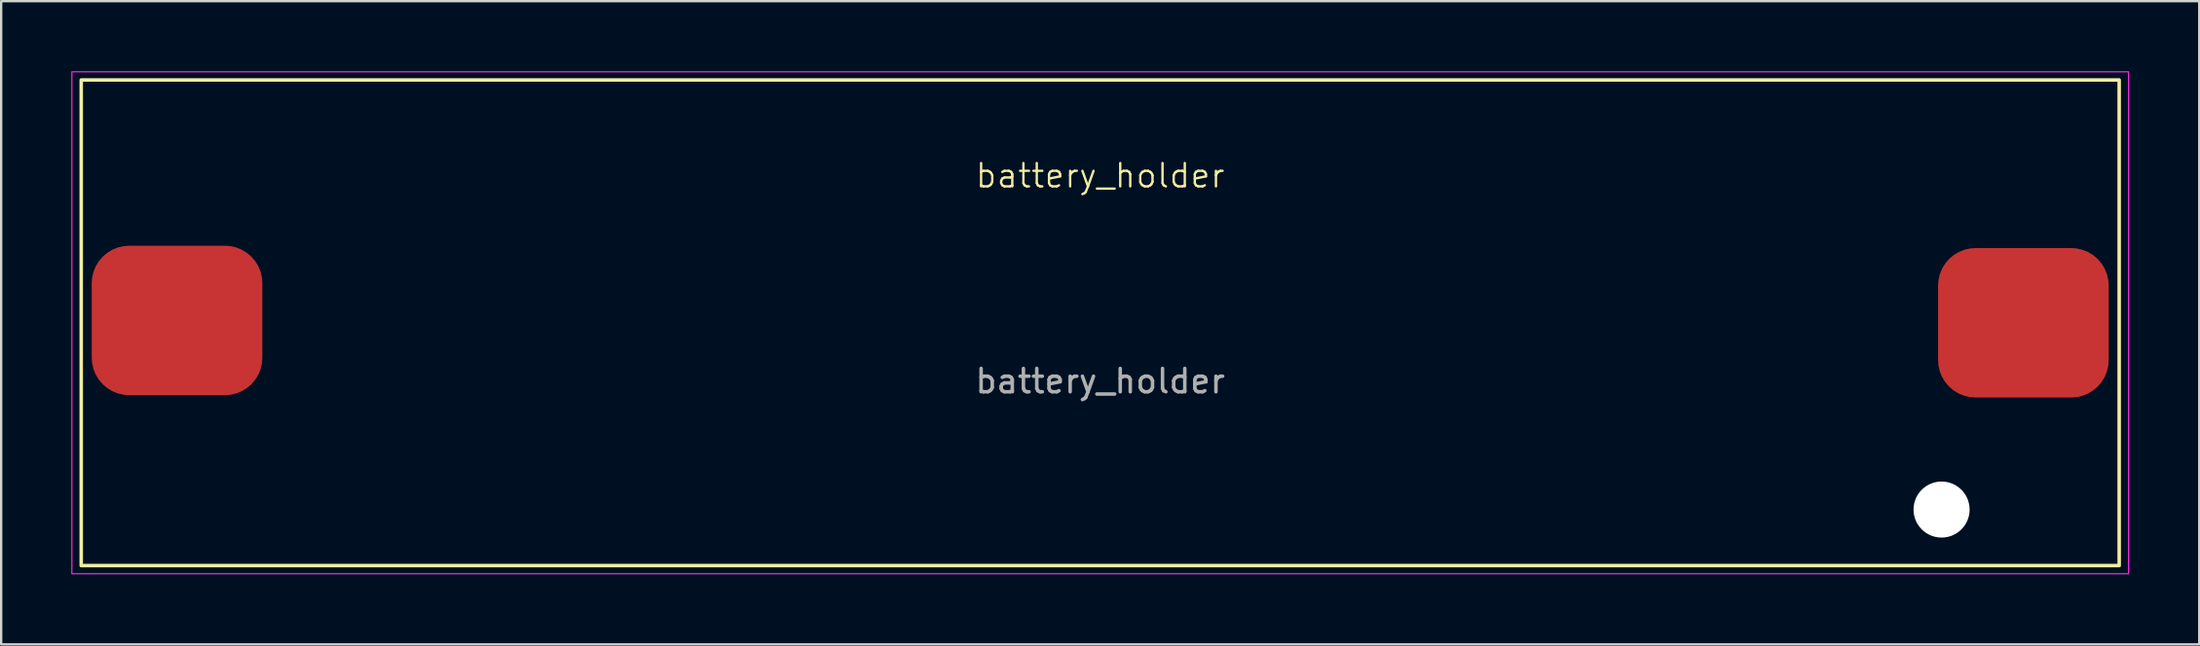
<source format=kicad_pcb>
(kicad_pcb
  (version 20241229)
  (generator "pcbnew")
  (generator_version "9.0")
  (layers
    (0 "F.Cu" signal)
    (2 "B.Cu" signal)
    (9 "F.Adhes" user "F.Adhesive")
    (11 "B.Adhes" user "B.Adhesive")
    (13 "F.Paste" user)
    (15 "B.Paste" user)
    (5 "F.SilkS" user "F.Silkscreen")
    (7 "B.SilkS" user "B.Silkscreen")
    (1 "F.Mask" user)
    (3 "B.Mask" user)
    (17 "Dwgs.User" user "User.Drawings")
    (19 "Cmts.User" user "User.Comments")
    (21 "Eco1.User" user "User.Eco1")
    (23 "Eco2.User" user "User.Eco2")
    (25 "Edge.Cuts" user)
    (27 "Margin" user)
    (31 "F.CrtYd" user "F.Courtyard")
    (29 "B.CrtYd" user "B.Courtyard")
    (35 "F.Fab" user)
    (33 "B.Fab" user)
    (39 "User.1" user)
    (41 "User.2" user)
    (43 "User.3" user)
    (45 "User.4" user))
  (footprint "battery_holder"
    (layer "F.Cu")
    (at 44.025 10.775)
    (property "Reference" "battery_holder" (at 0 -6.3 0) (unlocked yes) (layer "F.SilkS") (effects (font (size 1 1) (thickness 0.1))))
    (attr smd)
    (fp_rect (start -43.6 -10.4) (end 43.6 10.4) (stroke (width 0.15) (type default)) (fill no) (layer "F.SilkS"))
    (fp_rect (start -44 -10.75) (end 44 10.75) (stroke (width 0.05) (type default)) (fill no) (layer "F.CrtYd"))
    (fp_text user "${REFERENCE}" (at 0 2.5 0) (unlocked yes) (layer "F.Fab") (effects (font (size 1 1) (thickness 0.15))))
    (pad "" np_thru_hole circle (at 36 8) (size 2.4 2.4) (drill 2.4) (layers "*.Cu" "*.Mask"))
    (pad "1" smd roundrect (at 39.5 0) (size 7.3 6.4) (layers "F.Cu" "F.Mask" "F.Paste") (roundrect_rratio 0.25))
    (pad "2" smd roundrect (at -39.5 -0.1) (size 7.3 6.4) (layers "F.Cu" "F.Mask" "F.Paste") (roundrect_rratio 0.25)))
  (gr_rect
    (start -3 -3)
    (end 91.05 24.55)
    (stroke (width 0.1) (type default))
    (fill no)
    (layer "Edge.Cuts")))
</source>
